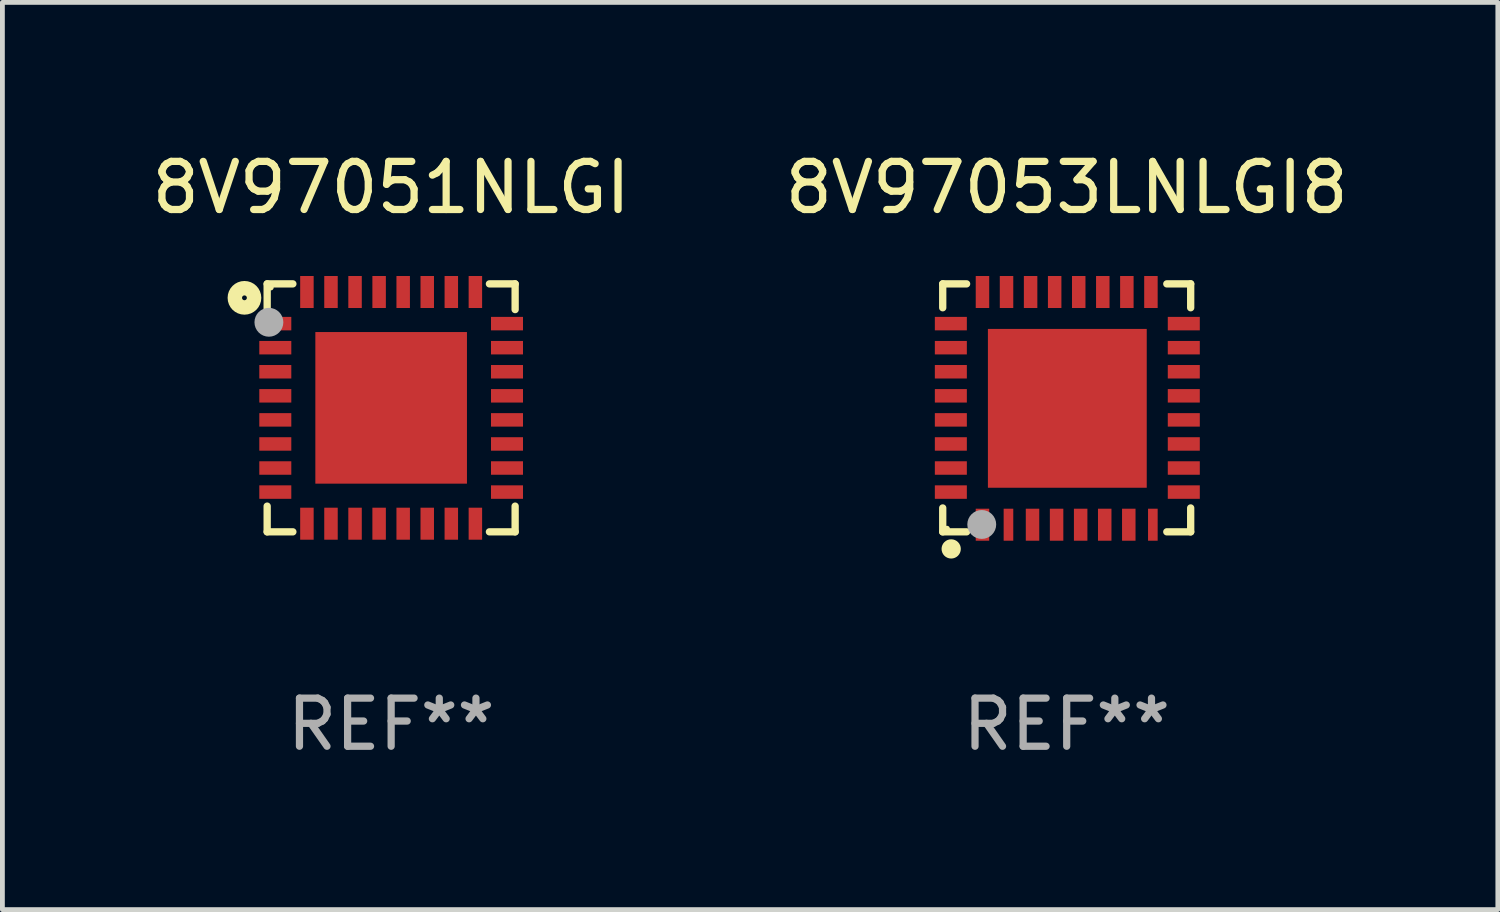
<source format=kicad_pcb>
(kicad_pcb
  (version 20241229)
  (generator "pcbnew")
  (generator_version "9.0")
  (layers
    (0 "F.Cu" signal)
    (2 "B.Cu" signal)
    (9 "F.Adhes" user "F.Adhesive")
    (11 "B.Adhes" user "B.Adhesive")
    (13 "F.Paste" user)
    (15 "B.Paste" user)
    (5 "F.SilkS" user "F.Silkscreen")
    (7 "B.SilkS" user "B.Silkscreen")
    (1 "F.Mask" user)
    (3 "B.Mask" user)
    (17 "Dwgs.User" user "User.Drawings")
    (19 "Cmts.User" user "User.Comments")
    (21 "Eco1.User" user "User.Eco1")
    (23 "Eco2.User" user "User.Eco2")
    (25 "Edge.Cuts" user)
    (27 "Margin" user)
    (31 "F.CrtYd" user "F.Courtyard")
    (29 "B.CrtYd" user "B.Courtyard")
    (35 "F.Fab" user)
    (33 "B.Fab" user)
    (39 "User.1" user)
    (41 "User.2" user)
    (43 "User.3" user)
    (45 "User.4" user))
  (footprint "8V97053LNLGI8"
    (layer "F.Cu")
    (at 19.113 5.424)
    (property "Reference" "8V97053LNLGI8" (at 0 -4.576 0) (layer "F.SilkS") (effects (font (size 1 1) (thickness 0.15))))
    (attr through_hole)
    (fp_line (start -2.576 -2.576) (end -2.576 -2.08) (stroke (width 0.152) (type solid)) (layer "F.SilkS"))
    (fp_line (start -2.576 2.576) (end -2.576 2.08) (stroke (width 0.152) (type solid)) (layer "F.SilkS"))
    (fp_line (start -2.08 -2.576) (end -2.576 -2.576) (stroke (width 0.152) (type solid)) (layer "F.SilkS"))
    (fp_line (start -2.08 2.576) (end -2.576 2.576) (stroke (width 0.152) (type solid)) (layer "F.SilkS"))
    (fp_line (start 2.08 -2.576) (end 2.576 -2.576) (stroke (width 0.152) (type solid)) (layer "F.SilkS"))
    (fp_line (start 2.08 2.576) (end 2.576 2.576) (stroke (width 0.152) (type solid)) (layer "F.SilkS"))
    (fp_line (start 2.576 -2.576) (end 2.576 -2.08) (stroke (width 0.152) (type solid)) (layer "F.SilkS"))
    (fp_line (start 2.576 2.576) (end 2.576 2.08) (stroke (width 0.152) (type solid)) (layer "F.SilkS"))
    (fp_circle (center -2.487 2.51) (end -2.457 2.51) (stroke (width 0.06) (type solid)) (fill no) (layer "F.SilkS"))
    (fp_circle (center -2.4 2.931) (end -2.3 2.931) (stroke (width 0.2) (type solid)) (fill no) (layer "F.SilkS"))
    (fp_circle (center -1.765 2.423) (end -1.615 2.423) (stroke (width 0.3) (type solid)) (fill no) (layer "F.Fab"))
    (fp_text user "REF**" (at 0 6.576 0) (layer "F.Fab") (effects (font (size 1 1) (thickness 0.15))))
    (pad "1" smd rect (at -1.75 2.428) (size 0.28 0.665) (layers "F.Cu" "F.Mask" "F.Paste"))
    (pad "2" smd rect (at -1.21 2.428) (size 0.2 0.665) (layers "F.Cu" "F.Mask" "F.Paste"))
    (pad "3" smd rect (at -0.71 2.428) (size 0.28 0.665) (layers "F.Cu" "F.Mask" "F.Paste"))
    (pad "4" smd rect (at -0.21 2.428) (size 0.28 0.665) (layers "F.Cu" "F.Mask" "F.Paste"))
    (pad "5" smd rect (at 0.29 2.428) (size 0.28 0.665) (layers "F.Cu" "F.Mask" "F.Paste"))
    (pad "6" smd rect (at 0.79 2.428) (size 0.28 0.665) (layers "F.Cu" "F.Mask" "F.Paste"))
    (pad "7" smd rect (at 1.29 2.428) (size 0.28 0.665) (layers "F.Cu" "F.Mask" "F.Paste"))
    (pad "8" smd rect (at 1.79 2.428) (size 0.2 0.665) (layers "F.Cu" "F.Mask" "F.Paste"))
    (pad "9" smd rect (at 2.433 1.75) (size 0.665 0.28) (layers "F.Cu" "F.Mask" "F.Paste"))
    (pad "10" smd rect (at 2.433 1.25) (size 0.665 0.28) (layers "F.Cu" "F.Mask" "F.Paste"))
    (pad "11" smd rect (at 2.433 0.75) (size 0.665 0.28) (layers "F.Cu" "F.Mask" "F.Paste"))
    (pad "12" smd rect (at 2.433 0.25) (size 0.665 0.28) (layers "F.Cu" "F.Mask" "F.Paste"))
    (pad "13" smd rect (at 2.433 -0.25) (size 0.665 0.28) (layers "F.Cu" "F.Mask" "F.Paste"))
    (pad "14" smd rect (at 2.433 -0.75) (size 0.665 0.28) (layers "F.Cu" "F.Mask" "F.Paste"))
    (pad "15" smd rect (at 2.433 -1.25) (size 0.665 0.28) (layers "F.Cu" "F.Mask" "F.Paste"))
    (pad "16" smd rect (at 2.433 -1.75) (size 0.665 0.28) (layers "F.Cu" "F.Mask" "F.Paste"))
    (pad "17" smd rect (at 1.75 -2.407) (size 0.28 0.665) (layers "F.Cu" "F.Mask" "F.Paste"))
    (pad "18" smd rect (at 1.25 -2.407) (size 0.28 0.665) (layers "F.Cu" "F.Mask" "F.Paste"))
    (pad "19" smd rect (at 0.75 -2.407) (size 0.28 0.665) (layers "F.Cu" "F.Mask" "F.Paste"))
    (pad "20" smd rect (at 0.25 -2.407) (size 0.28 0.665) (layers "F.Cu" "F.Mask" "F.Paste"))
    (pad "21" smd rect (at -0.25 -2.407) (size 0.28 0.665) (layers "F.Cu" "F.Mask" "F.Paste"))
    (pad "22" smd rect (at -0.75 -2.407) (size 0.28 0.665) (layers "F.Cu" "F.Mask" "F.Paste"))
    (pad "23" smd rect (at -1.25 -2.407) (size 0.28 0.665) (layers "F.Cu" "F.Mask" "F.Paste"))
    (pad "24" smd rect (at -1.75 -2.407) (size 0.28 0.665) (layers "F.Cu" "F.Mask" "F.Paste"))
    (pad "25" smd rect (at -2.407 -1.75) (size 0.665 0.28) (layers "F.Cu" "F.Mask" "F.Paste"))
    (pad "26" smd rect (at -2.407 -1.25) (size 0.665 0.28) (layers "F.Cu" "F.Mask" "F.Paste"))
    (pad "27" smd rect (at -2.407 -0.75) (size 0.665 0.28) (layers "F.Cu" "F.Mask" "F.Paste"))
    (pad "28" smd rect (at -2.407 -0.25) (size 0.665 0.28) (layers "F.Cu" "F.Mask" "F.Paste"))
    (pad "29" smd rect (at -2.407 0.25) (size 0.665 0.28) (layers "F.Cu" "F.Mask" "F.Paste"))
    (pad "30" smd rect (at -2.407 0.75) (size 0.665 0.28) (layers "F.Cu" "F.Mask" "F.Paste"))
    (pad "31" smd rect (at -2.407 1.25) (size 0.665 0.28) (layers "F.Cu" "F.Mask" "F.Paste"))
    (pad "32" smd rect (at -2.407 1.75) (size 0.665 0.28) (layers "F.Cu" "F.Mask" "F.Paste"))
    (pad "33" smd rect (at 0.013 0.01) (size 3.3 3.3) (layers "F.Cu" "F.Mask" "F.Paste")))
  (footprint "8V97051NLGI"
    (layer "F.Cu")
    (at 5.077 5.424)
    (property "Reference" "8V97051NLGI" (at 0 -4.576 0) (layer "F.SilkS") (effects (font (size 1 1) (thickness 0.15))))
    (attr through_hole)
    (fp_line (start -2.576 -2.576) (end -2.042 -2.576) (stroke (width 0.152) (type solid)) (layer "F.SilkS"))
    (fp_line (start -2.576 -2.042) (end -2.576 -2.576) (stroke (width 0.152) (type solid)) (layer "F.SilkS"))
    (fp_line (start -2.576 2.042) (end -2.576 2.576) (stroke (width 0.152) (type solid)) (layer "F.SilkS"))
    (fp_line (start -2.576 2.576) (end -2.042 2.576) (stroke (width 0.152) (type solid)) (layer "F.SilkS"))
    (fp_line (start 2.576 -2.576) (end 2.042 -2.576) (stroke (width 0.152) (type solid)) (layer "F.SilkS"))
    (fp_line (start 2.576 -2.042) (end 2.576 -2.576) (stroke (width 0.152) (type solid)) (layer "F.SilkS"))
    (fp_line (start 2.576 2.042) (end 2.576 2.576) (stroke (width 0.152) (type solid)) (layer "F.SilkS"))
    (fp_line (start 2.576 2.576) (end 2.042 2.576) (stroke (width 0.152) (type solid)) (layer "F.SilkS"))
    (fp_circle (center -3.048 -2.286) (end -2.848 -2.286) (stroke (width 0.3) (type solid)) (fill no) (layer "F.SilkS"))
    (fp_circle (center -2.5 -2.5) (end -2.47 -2.5) (stroke (width 0.06) (type solid)) (fill no) (layer "F.SilkS"))
    (fp_circle (center -2.54 -1.778) (end -2.39 -1.778) (stroke (width 0.3) (type solid)) (fill no) (layer "F.Fab"))
    (fp_text user "REF**" (at 0 6.576 0) (layer "F.Fab") (effects (font (size 1 1) (thickness 0.15))))
    (pad "1" smd rect (at -2.407 -1.75) (size 0.665 0.28) (layers "F.Cu" "F.Mask" "F.Paste"))
    (pad "2" smd rect (at -2.407 -1.25) (size 0.665 0.28) (layers "F.Cu" "F.Mask" "F.Paste"))
    (pad "3" smd rect (at -2.407 -0.75) (size 0.665 0.28) (layers "F.Cu" "F.Mask" "F.Paste"))
    (pad "4" smd rect (at -2.407 -0.25) (size 0.665 0.28) (layers "F.Cu" "F.Mask" "F.Paste"))
    (pad "5" smd rect (at -2.407 0.25) (size 0.665 0.28) (layers "F.Cu" "F.Mask" "F.Paste"))
    (pad "6" smd rect (at -2.407 0.75) (size 0.665 0.28) (layers "F.Cu" "F.Mask" "F.Paste"))
    (pad "7" smd rect (at -2.407 1.25) (size 0.665 0.28) (layers "F.Cu" "F.Mask" "F.Paste"))
    (pad "8" smd rect (at -2.407 1.75) (size 0.665 0.28) (layers "F.Cu" "F.Mask" "F.Paste"))
    (pad "9" smd rect (at -1.75 2.407) (size 0.28 0.665) (layers "F.Cu" "F.Mask" "F.Paste"))
    (pad "10" smd rect (at -1.25 2.407) (size 0.28 0.665) (layers "F.Cu" "F.Mask" "F.Paste"))
    (pad "11" smd rect (at -0.75 2.407) (size 0.28 0.665) (layers "F.Cu" "F.Mask" "F.Paste"))
    (pad "12" smd rect (at -0.25 2.407) (size 0.28 0.665) (layers "F.Cu" "F.Mask" "F.Paste"))
    (pad "13" smd rect (at 0.25 2.407) (size 0.28 0.665) (layers "F.Cu" "F.Mask" "F.Paste"))
    (pad "14" smd rect (at 0.75 2.407) (size 0.28 0.665) (layers "F.Cu" "F.Mask" "F.Paste"))
    (pad "15" smd rect (at 1.25 2.407) (size 0.28 0.665) (layers "F.Cu" "F.Mask" "F.Paste"))
    (pad "16" smd rect (at 1.75 2.407) (size 0.28 0.665) (layers "F.Cu" "F.Mask" "F.Paste"))
    (pad "17" smd rect (at 2.407 1.75) (size 0.665 0.28) (layers "F.Cu" "F.Mask" "F.Paste"))
    (pad "18" smd rect (at 2.407 1.25) (size 0.665 0.28) (layers "F.Cu" "F.Mask" "F.Paste"))
    (pad "19" smd rect (at 2.407 0.75) (size 0.665 0.28) (layers "F.Cu" "F.Mask" "F.Paste"))
    (pad "20" smd rect (at 2.407 0.25) (size 0.665 0.28) (layers "F.Cu" "F.Mask" "F.Paste"))
    (pad "21" smd rect (at 2.407 -0.25) (size 0.665 0.28) (layers "F.Cu" "F.Mask" "F.Paste"))
    (pad "22" smd rect (at 2.407 -0.75) (size 0.665 0.28) (layers "F.Cu" "F.Mask" "F.Paste"))
    (pad "23" smd rect (at 2.407 -1.25) (size 0.665 0.28) (layers "F.Cu" "F.Mask" "F.Paste"))
    (pad "24" smd rect (at 2.407 -1.75) (size 0.665 0.28) (layers "F.Cu" "F.Mask" "F.Paste"))
    (pad "25" smd rect (at 1.75 -2.407) (size 0.28 0.665) (layers "F.Cu" "F.Mask" "F.Paste"))
    (pad "26" smd rect (at 1.25 -2.407) (size 0.28 0.665) (layers "F.Cu" "F.Mask" "F.Paste"))
    (pad "27" smd rect (at 0.75 -2.407) (size 0.28 0.665) (layers "F.Cu" "F.Mask" "F.Paste"))
    (pad "28" smd rect (at 0.25 -2.407) (size 0.28 0.665) (layers "F.Cu" "F.Mask" "F.Paste"))
    (pad "29" smd rect (at -0.25 -2.407) (size 0.28 0.665) (layers "F.Cu" "F.Mask" "F.Paste"))
    (pad "30" smd rect (at -0.75 -2.407) (size 0.28 0.665) (layers "F.Cu" "F.Mask" "F.Paste"))
    (pad "31" smd rect (at -1.25 -2.407) (size 0.28 0.665) (layers "F.Cu" "F.Mask" "F.Paste"))
    (pad "32" smd rect (at -1.75 -2.407) (size 0.28 0.665) (layers "F.Cu" "F.Mask" "F.Paste"))
    (pad "33" smd rect (at 0 0) (size 3.15 3.15) (layers "F.Cu" "F.Mask" "F.Paste")))
  (gr_rect
    (start -3 -3)
    (end 28.071 15.849)
    (stroke (width 0.1) (type default))
    (fill no)
    (layer "Edge.Cuts")))
</source>
